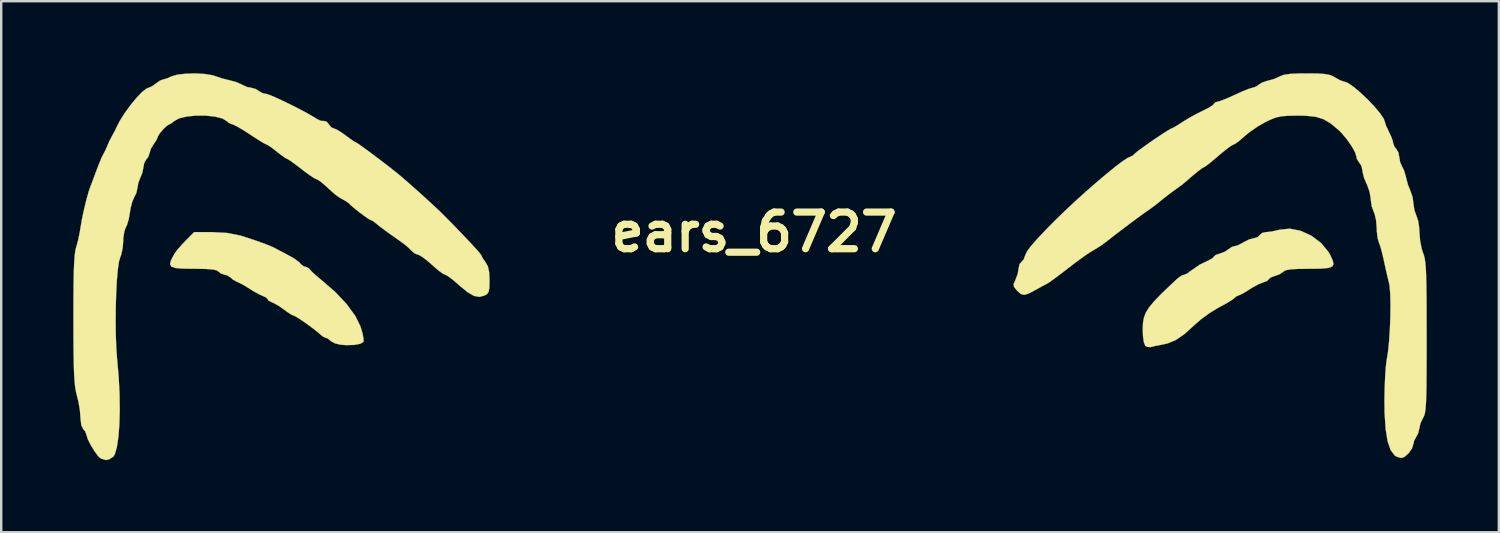
<source format=kicad_pcb>
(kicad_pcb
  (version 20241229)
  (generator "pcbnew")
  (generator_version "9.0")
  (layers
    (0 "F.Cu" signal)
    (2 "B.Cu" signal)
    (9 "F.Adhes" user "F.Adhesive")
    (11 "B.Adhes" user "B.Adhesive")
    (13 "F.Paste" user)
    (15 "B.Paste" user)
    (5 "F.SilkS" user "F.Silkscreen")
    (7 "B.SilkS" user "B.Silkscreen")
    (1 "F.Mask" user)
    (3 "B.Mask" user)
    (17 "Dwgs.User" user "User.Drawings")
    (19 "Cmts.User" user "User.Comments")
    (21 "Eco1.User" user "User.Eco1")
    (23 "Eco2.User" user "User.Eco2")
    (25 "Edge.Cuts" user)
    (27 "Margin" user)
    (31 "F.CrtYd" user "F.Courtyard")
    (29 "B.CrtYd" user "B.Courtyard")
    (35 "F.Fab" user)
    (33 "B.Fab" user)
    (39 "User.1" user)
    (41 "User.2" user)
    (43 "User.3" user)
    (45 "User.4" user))
  (footprint "ears_6727"
    (layer "F.Cu")
    (at 28.323 6.608)
    (property "Reference" "ears_6727" (at 0 0 0) (layer "F.SilkS") (effects (font (size 1.524 1.524) (thickness 0.3))))
    (attr through_hole)
    (fp_poly (pts (xy -21.924 0.034) (xy -21.379 0.141) (xy -21.257 0.177) (xy -20.727 0.353) (xy -20.299 0.508) (xy -19.999 0.632) (xy -19.897 0.685) (xy -19.732 0.775) (xy -19.516 0.886) (xy -19.516 0.886) (xy -19.14 1.092) (xy -18.914 1.262) (xy -18.855 1.333) (xy -18.722 1.431) (xy -18.669 1.439) (xy -18.523 1.504) (xy -18.483 1.551) (xy -18.384 1.66) (xy -18.194 1.831) (xy -17.992 1.998) (xy -17.422 2.493) (xy -16.949 2.996) (xy -16.592 3.484) (xy -16.372 3.932) (xy -16.366 3.95) (xy -16.285 4.232) (xy -16.245 4.457) (xy -16.253 4.566) (xy -16.386 4.646) (xy -16.64 4.692) (xy -16.969 4.701) (xy -17.202 4.684) (xy -17.436 4.628) (xy -17.602 4.539) (xy -17.615 4.525) (xy -17.743 4.421) (xy -17.804 4.403) (xy -17.931 4.349) (xy -18.027 4.272) (xy -18.19 4.132) (xy -18.419 3.955) (xy -18.673 3.771) (xy -18.909 3.61) (xy -19.088 3.501) (xy -19.159 3.471) (xy -19.267 3.423) (xy -19.451 3.3) (xy -19.546 3.229) (xy -19.777 3.066) (xy -19.988 2.949) (xy -20.045 2.927) (xy -20.192 2.854) (xy -20.235 2.794) (xy -20.306 2.715) (xy -20.426 2.662) (xy -20.609 2.58) (xy -20.855 2.441) (xy -20.968 2.368) (xy -21.211 2.218) (xy -21.421 2.107) (xy -21.49 2.079) (xy -21.682 1.975) (xy -21.762 1.902) (xy -21.924 1.795) (xy -22.013 1.778) (xy -22.191 1.717) (xy -22.267 1.651) (xy -22.357 1.591) (xy -22.525 1.553) (xy -22.802 1.532) (xy -23.214 1.524) (xy -23.296 1.524) (xy -23.758 1.518) (xy -24.068 1.493) (xy -24.243 1.433) (xy -24.299 1.326) (xy -24.254 1.159) (xy -24.125 0.919) (xy -24.106 0.885) (xy -23.99 0.73) (xy -23.801 0.514) (xy -23.65 0.356) (xy -23.297 0) (xy -22.555 0) (xy -21.924 0.034)) (stroke (width 0.01) (type solid)) (fill yes) (layer "F.SilkS"))
    (fp_poly (pts (xy 22.742 -0.055) (xy 23.189 0.149) (xy 23.588 0.449) (xy 23.9 0.826) (xy 23.969 0.947) (xy 24.074 1.174) (xy 24.108 1.333) (xy 24.05 1.435) (xy 23.881 1.492) (xy 23.583 1.518) (xy 23.137 1.524) (xy 23.085 1.524) (xy 22.631 1.53) (xy 22.321 1.548) (xy 22.128 1.583) (xy 22.026 1.637) (xy 22.018 1.646) (xy 21.864 1.752) (xy 21.669 1.822) (xy 21.494 1.883) (xy 21.421 1.952) (xy 21.421 1.952) (xy 21.349 2.026) (xy 21.194 2.086) (xy 20.988 2.167) (xy 20.728 2.308) (xy 20.61 2.384) (xy 20.39 2.522) (xy 20.222 2.609) (xy 20.17 2.625) (xy 20.048 2.683) (xy 19.999 2.731) (xy 19.884 2.819) (xy 19.662 2.955) (xy 19.378 3.11) (xy 19.338 3.131) (xy 18.971 3.351) (xy 18.584 3.635) (xy 18.294 3.889) (xy 17.9 4.246) (xy 17.552 4.484) (xy 17.21 4.628) (xy 16.946 4.687) (xy 16.701 4.733) (xy 16.518 4.777) (xy 16.494 4.785) (xy 16.341 4.771) (xy 16.275 4.726) (xy 16.217 4.583) (xy 16.181 4.317) (xy 16.171 4.06) (xy 16.18 3.797) (xy 16.216 3.571) (xy 16.295 3.357) (xy 16.433 3.134) (xy 16.643 2.879) (xy 16.942 2.57) (xy 17.344 2.184) (xy 17.62 1.926) (xy 17.778 1.813) (xy 17.879 1.778) (xy 18.014 1.726) (xy 18.134 1.637) (xy 18.545 1.35) (xy 18.902 1.18) (xy 19.067 1.091) (xy 19.135 1.014) (xy 19.207 0.949) (xy 19.383 0.89) (xy 19.383 0.89) (xy 19.597 0.811) (xy 19.732 0.714) (xy 19.888 0.609) (xy 19.971 0.592) (xy 20.131 0.547) (xy 20.34 0.438) (xy 20.362 0.423) (xy 20.586 0.308) (xy 20.786 0.255) (xy 20.798 0.255) (xy 20.965 0.202) (xy 21.028 0.127) (xy 21.14 0.032) (xy 21.302 0) (xy 21.534 -0.025) (xy 21.813 -0.086) (xy 21.86 -0.099) (xy 22.286 -0.145) (xy 22.742 -0.055)) (stroke (width 0.01) (type solid)) (fill yes) (layer "F.SilkS"))
    (fp_poly (pts (xy 23.417 -6.599) (xy 23.719 -6.581) (xy 23.929 -6.546) (xy 24.084 -6.487) (xy 24.172 -6.435) (xy 24.374 -6.321) (xy 24.532 -6.267) (xy 24.544 -6.266) (xy 24.709 -6.204) (xy 24.949 -6.039) (xy 25.232 -5.801) (xy 25.528 -5.521) (xy 25.808 -5.227) (xy 26.041 -4.95) (xy 26.197 -4.72) (xy 26.247 -4.579) (xy 26.284 -4.451) (xy 26.378 -4.245) (xy 26.416 -4.171) (xy 26.523 -3.94) (xy 26.582 -3.752) (xy 26.585 -3.716) (xy 26.646 -3.547) (xy 26.712 -3.471) (xy 26.809 -3.311) (xy 26.839 -3.141) (xy 26.883 -2.902) (xy 26.954 -2.749) (xy 27.048 -2.552) (xy 27.122 -2.295) (xy 27.127 -2.268) (xy 27.201 -1.984) (xy 27.303 -1.727) (xy 27.308 -1.718) (xy 27.397 -1.461) (xy 27.434 -1.185) (xy 27.473 -0.914) (xy 27.559 -0.677) (xy 27.628 -0.474) (xy 27.673 -0.181) (xy 27.683 0.019) (xy 27.712 0.369) (xy 27.784 0.716) (xy 27.834 0.866) (xy 27.873 0.976) (xy 27.905 1.108) (xy 27.929 1.279) (xy 27.949 1.509) (xy 27.962 1.815) (xy 27.972 2.214) (xy 27.978 2.724) (xy 27.981 3.364) (xy 27.982 4.151) (xy 27.982 4.364) (xy 27.982 5.183) (xy 27.979 5.85) (xy 27.975 6.382) (xy 27.967 6.796) (xy 27.955 7.109) (xy 27.939 7.338) (xy 27.917 7.501) (xy 27.888 7.614) (xy 27.853 7.695) (xy 27.834 7.727) (xy 27.726 7.951) (xy 27.683 8.146) (xy 27.63 8.37) (xy 27.556 8.504) (xy 27.458 8.691) (xy 27.432 8.81) (xy 27.374 8.997) (xy 27.234 9.197) (xy 27.062 9.35) (xy 26.934 9.398) (xy 26.744 9.347) (xy 26.655 9.292) (xy 26.485 9.068) (xy 26.359 8.7) (xy 26.275 8.184) (xy 26.233 7.513) (xy 26.227 6.985) (xy 26.236 6.498) (xy 26.255 6.035) (xy 26.282 5.639) (xy 26.314 5.354) (xy 26.325 5.292) (xy 26.379 4.955) (xy 26.422 4.517) (xy 26.454 4.019) (xy 26.473 3.502) (xy 26.478 3.007) (xy 26.468 2.574) (xy 26.442 2.245) (xy 26.418 2.117) (xy 26.347 1.826) (xy 26.263 1.458) (xy 26.199 1.161) (xy 26.126 0.845) (xy 26.052 0.579) (xy 25.994 0.426) (xy 25.944 0.251) (xy 25.911 -0.018) (xy 25.905 -0.185) (xy 25.88 -0.487) (xy 25.821 -0.751) (xy 25.781 -0.847) (xy 25.697 -1.078) (xy 25.657 -1.355) (xy 25.657 -1.376) (xy 25.613 -1.665) (xy 25.507 -1.965) (xy 25.485 -2.01) (xy 25.375 -2.267) (xy 25.318 -2.506) (xy 25.315 -2.55) (xy 25.27 -2.759) (xy 25.188 -2.879) (xy 25.08 -3.043) (xy 25.061 -3.139) (xy 25.008 -3.317) (xy 24.868 -3.57) (xy 24.672 -3.852) (xy 24.453 -4.116) (xy 24.328 -4.241) (xy 23.997 -4.518) (xy 23.694 -4.698) (xy 23.365 -4.8) (xy 22.957 -4.843) (xy 22.617 -4.849) (xy 22.218 -4.842) (xy 21.93 -4.818) (xy 21.699 -4.766) (xy 21.467 -4.674) (xy 21.282 -4.584) (xy 20.941 -4.388) (xy 20.6 -4.15) (xy 20.397 -3.982) (xy 20.186 -3.798) (xy 20.017 -3.675) (xy 19.942 -3.641) (xy 19.841 -3.588) (xy 19.65 -3.449) (xy 19.405 -3.249) (xy 19.319 -3.175) (xy 19.068 -2.962) (xy 18.865 -2.799) (xy 18.744 -2.714) (xy 18.727 -2.708) (xy 18.631 -2.654) (xy 18.443 -2.512) (xy 18.198 -2.309) (xy 17.949 -2.09) (xy 17.799 -1.969) (xy 17.584 -1.811) (xy 17.526 -1.77) (xy 17.263 -1.579) (xy 16.984 -1.36) (xy 16.927 -1.312) (xy 16.696 -1.126) (xy 16.483 -0.968) (xy 16.429 -0.931) (xy 16.255 -0.81) (xy 15.985 -0.614) (xy 15.66 -0.373) (xy 15.318 -0.116) (xy 14.998 0.128) (xy 14.74 0.33) (xy 14.668 0.388) (xy 14.412 0.574) (xy 14.149 0.736) (xy 14.117 0.753) (xy 13.938 0.862) (xy 13.668 1.05) (xy 13.345 1.286) (xy 13.081 1.489) (xy 12.765 1.732) (xy 12.489 1.939) (xy 12.285 2.085) (xy 12.192 2.144) (xy 12.046 2.219) (xy 11.819 2.343) (xy 11.692 2.414) (xy 11.417 2.558) (xy 11.235 2.611) (xy 11.096 2.572) (xy 10.95 2.443) (xy 10.935 2.427) (xy 10.813 2.276) (xy 10.802 2.149) (xy 10.877 1.982) (xy 10.97 1.734) (xy 11.006 1.512) (xy 11.045 1.33) (xy 11.122 1.244) (xy 11.219 1.136) (xy 11.287 0.948) (xy 11.356 0.801) (xy 11.522 0.577) (xy 11.794 0.267) (xy 12.179 -0.138) (xy 12.545 -0.508) (xy 12.943 -0.894) (xy 13.374 -1.297) (xy 13.819 -1.698) (xy 14.257 -2.08) (xy 14.669 -2.428) (xy 15.034 -2.724) (xy 15.334 -2.951) (xy 15.547 -3.092) (xy 15.646 -3.133) (xy 15.764 -3.191) (xy 15.826 -3.252) (xy 15.93 -3.343) (xy 16.132 -3.494) (xy 16.396 -3.683) (xy 16.686 -3.883) (xy 16.966 -4.07) (xy 17.199 -4.219) (xy 17.35 -4.306) (xy 17.383 -4.318) (xy 17.475 -4.362) (xy 17.66 -4.474) (xy 17.812 -4.574) (xy 18.115 -4.76) (xy 18.471 -4.953) (xy 18.663 -5.046) (xy 18.911 -5.171) (xy 19.082 -5.28) (xy 19.135 -5.34) (xy 19.203 -5.41) (xy 19.258 -5.419) (xy 19.389 -5.453) (xy 19.627 -5.545) (xy 19.925 -5.677) (xy 20.007 -5.715) (xy 20.314 -5.854) (xy 20.574 -5.958) (xy 20.74 -6.009) (xy 20.761 -6.011) (xy 20.925 -6.072) (xy 20.99 -6.129) (xy 21.135 -6.223) (xy 21.362 -6.298) (xy 21.398 -6.306) (xy 21.656 -6.378) (xy 21.867 -6.475) (xy 21.88 -6.484) (xy 22.032 -6.544) (xy 22.295 -6.583) (xy 22.693 -6.601) (xy 22.985 -6.603) (xy 23.417 -6.599)) (stroke (width 0.01) (type solid)) (fill yes) (layer "F.SilkS"))
    (fp_poly (pts (xy -22.861 -6.581) (xy -22.534 -6.529) (xy -22.413 -6.49) (xy -22.138 -6.396) (xy -21.833 -6.319) (xy -21.806 -6.314) (xy -21.543 -6.243) (xy -21.326 -6.148) (xy -21.3 -6.131) (xy -21.087 -6.035) (xy -20.942 -6.011) (xy -20.732 -5.955) (xy -20.628 -5.884) (xy -20.44 -5.778) (xy -20.32 -5.757) (xy -20.186 -5.719) (xy -19.94 -5.617) (xy -19.618 -5.469) (xy -19.255 -5.293) (xy -18.888 -5.106) (xy -18.554 -4.926) (xy -18.287 -4.771) (xy -18.181 -4.702) (xy -18.009 -4.626) (xy -17.904 -4.627) (xy -17.784 -4.596) (xy -17.699 -4.494) (xy -17.582 -4.356) (xy -17.493 -4.318) (xy -17.368 -4.27) (xy -17.164 -4.145) (xy -16.993 -4.022) (xy -16.775 -3.861) (xy -16.613 -3.754) (xy -16.554 -3.725) (xy -16.472 -3.677) (xy -16.287 -3.547) (xy -16.029 -3.358) (xy -15.727 -3.133) (xy -15.413 -2.894) (xy -15.114 -2.664) (xy -14.863 -2.465) (xy -14.732 -2.357) (xy -14.413 -2.082) (xy -14.045 -1.756) (xy -13.666 -1.415) (xy -13.316 -1.093) (xy -13.033 -0.827) (xy -12.917 -0.712) (xy -12.497 -0.286) (xy -12.12 0.105) (xy -11.8 0.443) (xy -11.554 0.711) (xy -11.397 0.894) (xy -11.345 0.971) (xy -11.298 1.074) (xy -11.183 1.238) (xy -11.176 1.247) (xy -11.072 1.431) (xy -11.02 1.681) (xy -11.007 2.003) (xy -11.013 2.302) (xy -11.042 2.478) (xy -11.107 2.576) (xy -11.212 2.637) (xy -11.429 2.694) (xy -11.655 2.652) (xy -11.92 2.5) (xy -12.253 2.225) (xy -12.277 2.204) (xy -12.515 1.998) (xy -12.712 1.847) (xy -12.83 1.78) (xy -12.838 1.779) (xy -12.952 1.726) (xy -13.135 1.591) (xy -13.238 1.503) (xy -13.57 1.212) (xy -13.803 1.03) (xy -13.954 0.943) (xy -14.011 0.931) (xy -14.135 0.875) (xy -14.242 0.783) (xy -14.362 0.662) (xy -14.494 0.547) (xy -14.676 0.409) (xy -14.947 0.217) (xy -15.075 0.129) (xy -15.344 -0.064) (xy -15.58 -0.242) (xy -15.711 -0.35) (xy -15.863 -0.466) (xy -15.956 -0.508) (xy -16.049 -0.557) (xy -16.225 -0.679) (xy -16.44 -0.841) (xy -16.647 -1.007) (xy -16.803 -1.142) (xy -16.849 -1.191) (xy -16.949 -1.267) (xy -17.097 -1.353) (xy -17.25 -1.439) (xy -17.39 -1.538) (xy -17.562 -1.684) (xy -17.81 -1.911) (xy -17.826 -1.926) (xy -18.017 -2.089) (xy -18.165 -2.188) (xy -18.207 -2.201) (xy -18.309 -2.251) (xy -18.505 -2.381) (xy -18.758 -2.568) (xy -18.83 -2.625) (xy -19.088 -2.822) (xy -19.294 -2.97) (xy -19.415 -3.044) (xy -19.428 -3.048) (xy -19.521 -3.098) (xy -19.698 -3.225) (xy -19.849 -3.344) (xy -20.059 -3.508) (xy -20.218 -3.616) (xy -20.274 -3.641) (xy -20.369 -3.685) (xy -20.568 -3.803) (xy -20.835 -3.974) (xy -20.971 -4.064) (xy -21.265 -4.253) (xy -21.513 -4.398) (xy -21.678 -4.478) (xy -21.714 -4.487) (xy -21.858 -4.547) (xy -21.922 -4.606) (xy -22.111 -4.725) (xy -22.419 -4.805) (xy -22.799 -4.847) (xy -23.207 -4.849) (xy -23.594 -4.812) (xy -23.916 -4.735) (xy -24.116 -4.627) (xy -24.254 -4.52) (xy -24.323 -4.487) (xy -24.426 -4.428) (xy -24.575 -4.288) (xy -24.717 -4.124) (xy -24.801 -3.993) (xy -24.807 -3.968) (xy -24.856 -3.844) (xy -24.972 -3.669) (xy -24.977 -3.664) (xy -25.097 -3.468) (xy -25.146 -3.301) (xy -25.207 -3.124) (xy -25.273 -3.048) (xy -25.372 -2.887) (xy -25.403 -2.72) (xy -25.449 -2.474) (xy -25.527 -2.286) (xy -25.62 -2.048) (xy -25.651 -1.86) (xy -25.703 -1.622) (xy -25.785 -1.46) (xy -25.87 -1.267) (xy -25.942 -0.987) (xy -25.967 -0.827) (xy -26.018 -0.538) (xy -26.09 -0.298) (xy -26.132 -0.214) (xy -26.2 -0.032) (xy -26.241 0.238) (xy -26.247 0.379) (xy -26.272 0.681) (xy -26.333 0.95) (xy -26.368 1.034) (xy -26.424 1.229) (xy -26.472 1.564) (xy -26.511 2.008) (xy -26.539 2.532) (xy -26.556 3.107) (xy -26.562 3.701) (xy -26.555 4.286) (xy -26.534 4.833) (xy -26.499 5.31) (xy -26.492 5.376) (xy -26.433 6.062) (xy -26.399 6.744) (xy -26.391 7.398) (xy -26.407 7.998) (xy -26.447 8.52) (xy -26.509 8.94) (xy -26.592 9.231) (xy -26.652 9.335) (xy -26.833 9.454) (xy -26.966 9.483) (xy -27.17 9.421) (xy -27.278 9.335) (xy -27.443 9.111) (xy -27.601 8.852) (xy -27.721 8.613) (xy -27.771 8.451) (xy -27.771 8.446) (xy -27.831 8.287) (xy -27.898 8.213) (xy -27.988 8.043) (xy -28.024 7.747) (xy -28.025 7.712) (xy -28.05 7.403) (xy -28.114 7.036) (xy -28.17 6.812) (xy -28.211 6.644) (xy -28.245 6.45) (xy -28.27 6.209) (xy -28.289 5.9) (xy -28.303 5.503) (xy -28.311 4.996) (xy -28.316 4.361) (xy -28.318 3.641) (xy -28.317 2.832) (xy -28.312 2.177) (xy -28.302 1.658) (xy -28.286 1.26) (xy -28.265 0.965) (xy -28.236 0.758) (xy -28.205 0.635) (xy -28.125 0.345) (xy -28.053 -0.005) (xy -28.027 -0.169) (xy -27.968 -0.516) (xy -27.881 -0.926) (xy -27.781 -1.339) (xy -27.681 -1.695) (xy -27.608 -1.905) (xy -27.543 -2.073) (xy -27.444 -2.337) (xy -27.353 -2.582) (xy -27.243 -2.869) (xy -27.144 -3.103) (xy -27.087 -3.217) (xy -26.987 -3.405) (xy -26.959 -3.471) (xy -26.821 -3.791) (xy -26.682 -4.056) (xy -26.677 -4.064) (xy -26.575 -4.252) (xy -26.546 -4.318) (xy -26.398 -4.614) (xy -26.19 -4.945) (xy -25.949 -5.278) (xy -25.698 -5.583) (xy -25.465 -5.826) (xy -25.274 -5.977) (xy -25.18 -6.011) (xy -25.055 -6.062) (xy -24.892 -6.181) (xy -24.72 -6.302) (xy -24.592 -6.35) (xy -24.448 -6.387) (xy -24.247 -6.476) (xy -24.246 -6.476) (xy -24.004 -6.549) (xy -23.654 -6.591) (xy -23.253 -6.602) (xy -22.861 -6.581)) (stroke (width 0.01) (type solid)) (fill yes) (layer "F.SilkS")))
  (gr_rect
    (start -3 -3)
    (end 59.31 19.096)
    (stroke (width 0.1) (type default))
    (fill no)
    (layer "Edge.Cuts")))
</source>
